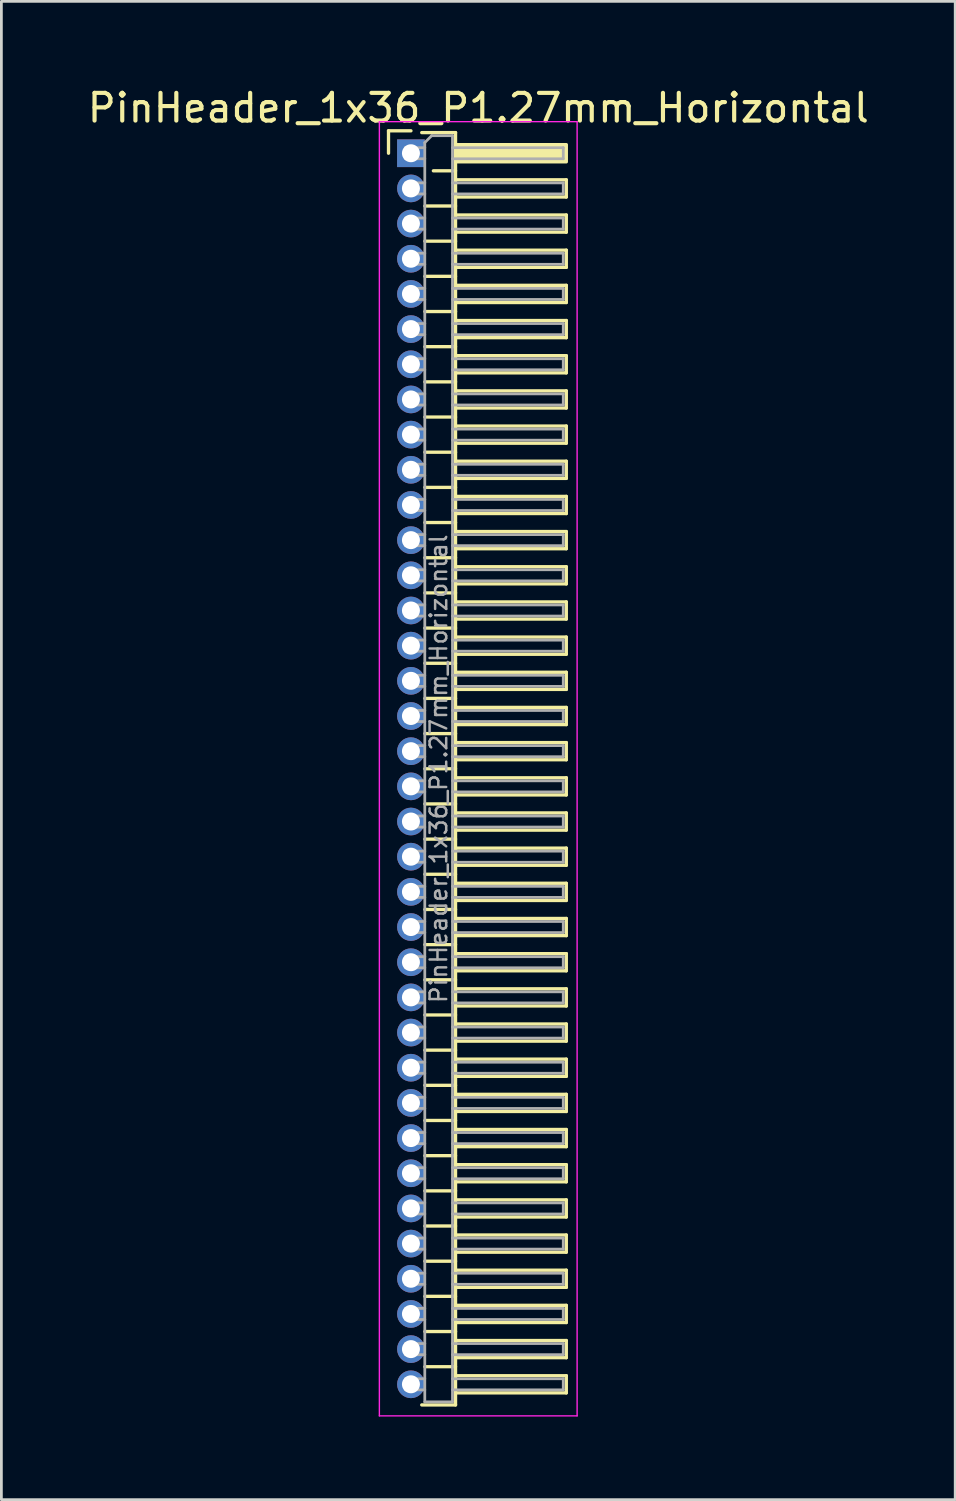
<source format=kicad_pcb>
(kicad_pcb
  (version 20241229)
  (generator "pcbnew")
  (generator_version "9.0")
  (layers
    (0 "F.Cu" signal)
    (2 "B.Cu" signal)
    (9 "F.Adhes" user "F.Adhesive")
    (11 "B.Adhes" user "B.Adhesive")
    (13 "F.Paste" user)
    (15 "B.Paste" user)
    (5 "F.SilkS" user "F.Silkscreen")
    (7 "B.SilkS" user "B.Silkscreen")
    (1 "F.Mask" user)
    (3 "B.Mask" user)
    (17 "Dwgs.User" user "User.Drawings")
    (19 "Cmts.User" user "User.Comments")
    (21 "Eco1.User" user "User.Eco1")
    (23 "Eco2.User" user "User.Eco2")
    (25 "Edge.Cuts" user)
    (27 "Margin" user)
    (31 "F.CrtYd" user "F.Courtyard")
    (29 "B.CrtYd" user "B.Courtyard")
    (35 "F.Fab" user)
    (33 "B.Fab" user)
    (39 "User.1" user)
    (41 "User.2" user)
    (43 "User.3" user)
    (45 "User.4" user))
  (footprint "PinHeader_1x36_P1.27mm_Horizontal"
    (layer "F.Cu")
    (at 11.788 2.483)
    (property "Reference" "PinHeader_1x36_P1.27mm_Horizontal" (at 2.433 -1.635 0) (layer "F.SilkS") (effects (font (size 1 1) (thickness 0.15))))
    (attr through_hole)
    (fp_line (start -0.81 -0.81) (end 0 -0.81) (stroke (width 0.12) (type solid)) (layer "F.SilkS"))
    (fp_line (start -0.81 0) (end -0.81 -0.81) (stroke (width 0.12) (type solid)) (layer "F.SilkS"))
    (fp_line (start 0.39 -0.745) (end 1.61 -0.745) (stroke (width 0.12) (type solid)) (layer "F.SilkS"))
    (fp_line (start 0.503 1.905) (end 1.61 1.905) (stroke (width 0.12) (type solid)) (layer "F.SilkS"))
    (fp_line (start 0.503 3.175) (end 1.61 3.175) (stroke (width 0.12) (type solid)) (layer "F.SilkS"))
    (fp_line (start 0.503 4.445) (end 1.61 4.445) (stroke (width 0.12) (type solid)) (layer "F.SilkS"))
    (fp_line (start 0.503 5.715) (end 1.61 5.715) (stroke (width 0.12) (type solid)) (layer "F.SilkS"))
    (fp_line (start 0.503 6.985) (end 1.61 6.985) (stroke (width 0.12) (type solid)) (layer "F.SilkS"))
    (fp_line (start 0.503 8.255) (end 1.61 8.255) (stroke (width 0.12) (type solid)) (layer "F.SilkS"))
    (fp_line (start 0.503 9.525) (end 1.61 9.525) (stroke (width 0.12) (type solid)) (layer "F.SilkS"))
    (fp_line (start 0.503 10.795) (end 1.61 10.795) (stroke (width 0.12) (type solid)) (layer "F.SilkS"))
    (fp_line (start 0.503 12.065) (end 1.61 12.065) (stroke (width 0.12) (type solid)) (layer "F.SilkS"))
    (fp_line (start 0.503 13.335) (end 1.61 13.335) (stroke (width 0.12) (type solid)) (layer "F.SilkS"))
    (fp_line (start 0.503 14.605) (end 1.61 14.605) (stroke (width 0.12) (type solid)) (layer "F.SilkS"))
    (fp_line (start 0.503 15.875) (end 1.61 15.875) (stroke (width 0.12) (type solid)) (layer "F.SilkS"))
    (fp_line (start 0.503 17.145) (end 1.61 17.145) (stroke (width 0.12) (type solid)) (layer "F.SilkS"))
    (fp_line (start 0.503 18.415) (end 1.61 18.415) (stroke (width 0.12) (type solid)) (layer "F.SilkS"))
    (fp_line (start 0.503 19.685) (end 1.61 19.685) (stroke (width 0.12) (type solid)) (layer "F.SilkS"))
    (fp_line (start 0.503 20.955) (end 1.61 20.955) (stroke (width 0.12) (type solid)) (layer "F.SilkS"))
    (fp_line (start 0.503 22.225) (end 1.61 22.225) (stroke (width 0.12) (type solid)) (layer "F.SilkS"))
    (fp_line (start 0.503 23.495) (end 1.61 23.495) (stroke (width 0.12) (type solid)) (layer "F.SilkS"))
    (fp_line (start 0.503 24.765) (end 1.61 24.765) (stroke (width 0.12) (type solid)) (layer "F.SilkS"))
    (fp_line (start 0.503 26.035) (end 1.61 26.035) (stroke (width 0.12) (type solid)) (layer "F.SilkS"))
    (fp_line (start 0.503 27.305) (end 1.61 27.305) (stroke (width 0.12) (type solid)) (layer "F.SilkS"))
    (fp_line (start 0.503 28.575) (end 1.61 28.575) (stroke (width 0.12) (type solid)) (layer "F.SilkS"))
    (fp_line (start 0.503 29.845) (end 1.61 29.845) (stroke (width 0.12) (type solid)) (layer "F.SilkS"))
    (fp_line (start 0.503 31.115) (end 1.61 31.115) (stroke (width 0.12) (type solid)) (layer "F.SilkS"))
    (fp_line (start 0.503 32.385) (end 1.61 32.385) (stroke (width 0.12) (type solid)) (layer "F.SilkS"))
    (fp_line (start 0.503 33.655) (end 1.61 33.655) (stroke (width 0.12) (type solid)) (layer "F.SilkS"))
    (fp_line (start 0.503 34.925) (end 1.61 34.925) (stroke (width 0.12) (type solid)) (layer "F.SilkS"))
    (fp_line (start 0.503 36.195) (end 1.61 36.195) (stroke (width 0.12) (type solid)) (layer "F.SilkS"))
    (fp_line (start 0.503 37.465) (end 1.61 37.465) (stroke (width 0.12) (type solid)) (layer "F.SilkS"))
    (fp_line (start 0.503 38.735) (end 1.61 38.735) (stroke (width 0.12) (type solid)) (layer "F.SilkS"))
    (fp_line (start 0.503 40.005) (end 1.61 40.005) (stroke (width 0.12) (type solid)) (layer "F.SilkS"))
    (fp_line (start 0.503 41.275) (end 1.61 41.275) (stroke (width 0.12) (type solid)) (layer "F.SilkS"))
    (fp_line (start 0.503 42.545) (end 1.61 42.545) (stroke (width 0.12) (type solid)) (layer "F.SilkS"))
    (fp_line (start 0.503 43.815) (end 1.61 43.815) (stroke (width 0.12) (type solid)) (layer "F.SilkS"))
    (fp_line (start 0.81 0.635) (end 1.61 0.635) (stroke (width 0.12) (type solid)) (layer "F.SilkS"))
    (fp_line (start 1.61 -0.745) (end 1.61 45.195) (stroke (width 0.12) (type solid)) (layer "F.SilkS"))
    (fp_line (start 1.61 0.96) (end 5.61 0.96) (stroke (width 0.12) (type solid)) (layer "F.SilkS"))
    (fp_line (start 1.61 2.23) (end 5.61 2.23) (stroke (width 0.12) (type solid)) (layer "F.SilkS"))
    (fp_line (start 1.61 3.5) (end 5.61 3.5) (stroke (width 0.12) (type solid)) (layer "F.SilkS"))
    (fp_line (start 1.61 4.77) (end 5.61 4.77) (stroke (width 0.12) (type solid)) (layer "F.SilkS"))
    (fp_line (start 1.61 6.04) (end 5.61 6.04) (stroke (width 0.12) (type solid)) (layer "F.SilkS"))
    (fp_line (start 1.61 7.31) (end 5.61 7.31) (stroke (width 0.12) (type solid)) (layer "F.SilkS"))
    (fp_line (start 1.61 8.58) (end 5.61 8.58) (stroke (width 0.12) (type solid)) (layer "F.SilkS"))
    (fp_line (start 1.61 9.85) (end 5.61 9.85) (stroke (width 0.12) (type solid)) (layer "F.SilkS"))
    (fp_line (start 1.61 11.12) (end 5.61 11.12) (stroke (width 0.12) (type solid)) (layer "F.SilkS"))
    (fp_line (start 1.61 12.39) (end 5.61 12.39) (stroke (width 0.12) (type solid)) (layer "F.SilkS"))
    (fp_line (start 1.61 13.66) (end 5.61 13.66) (stroke (width 0.12) (type solid)) (layer "F.SilkS"))
    (fp_line (start 1.61 14.93) (end 5.61 14.93) (stroke (width 0.12) (type solid)) (layer "F.SilkS"))
    (fp_line (start 1.61 16.2) (end 5.61 16.2) (stroke (width 0.12) (type solid)) (layer "F.SilkS"))
    (fp_line (start 1.61 17.47) (end 5.61 17.47) (stroke (width 0.12) (type solid)) (layer "F.SilkS"))
    (fp_line (start 1.61 18.74) (end 5.61 18.74) (stroke (width 0.12) (type solid)) (layer "F.SilkS"))
    (fp_line (start 1.61 20.01) (end 5.61 20.01) (stroke (width 0.12) (type solid)) (layer "F.SilkS"))
    (fp_line (start 1.61 21.28) (end 5.61 21.28) (stroke (width 0.12) (type solid)) (layer "F.SilkS"))
    (fp_line (start 1.61 22.55) (end 5.61 22.55) (stroke (width 0.12) (type solid)) (layer "F.SilkS"))
    (fp_line (start 1.61 23.82) (end 5.61 23.82) (stroke (width 0.12) (type solid)) (layer "F.SilkS"))
    (fp_line (start 1.61 25.09) (end 5.61 25.09) (stroke (width 0.12) (type solid)) (layer "F.SilkS"))
    (fp_line (start 1.61 26.36) (end 5.61 26.36) (stroke (width 0.12) (type solid)) (layer "F.SilkS"))
    (fp_line (start 1.61 27.63) (end 5.61 27.63) (stroke (width 0.12) (type solid)) (layer "F.SilkS"))
    (fp_line (start 1.61 28.9) (end 5.61 28.9) (stroke (width 0.12) (type solid)) (layer "F.SilkS"))
    (fp_line (start 1.61 30.17) (end 5.61 30.17) (stroke (width 0.12) (type solid)) (layer "F.SilkS"))
    (fp_line (start 1.61 31.44) (end 5.61 31.44) (stroke (width 0.12) (type solid)) (layer "F.SilkS"))
    (fp_line (start 1.61 32.71) (end 5.61 32.71) (stroke (width 0.12) (type solid)) (layer "F.SilkS"))
    (fp_line (start 1.61 33.98) (end 5.61 33.98) (stroke (width 0.12) (type solid)) (layer "F.SilkS"))
    (fp_line (start 1.61 35.25) (end 5.61 35.25) (stroke (width 0.12) (type solid)) (layer "F.SilkS"))
    (fp_line (start 1.61 36.52) (end 5.61 36.52) (stroke (width 0.12) (type solid)) (layer "F.SilkS"))
    (fp_line (start 1.61 37.79) (end 5.61 37.79) (stroke (width 0.12) (type solid)) (layer "F.SilkS"))
    (fp_line (start 1.61 39.06) (end 5.61 39.06) (stroke (width 0.12) (type solid)) (layer "F.SilkS"))
    (fp_line (start 1.61 40.33) (end 5.61 40.33) (stroke (width 0.12) (type solid)) (layer "F.SilkS"))
    (fp_line (start 1.61 41.6) (end 5.61 41.6) (stroke (width 0.12) (type solid)) (layer "F.SilkS"))
    (fp_line (start 1.61 42.87) (end 5.61 42.87) (stroke (width 0.12) (type solid)) (layer "F.SilkS"))
    (fp_line (start 1.61 44.14) (end 5.61 44.14) (stroke (width 0.12) (type solid)) (layer "F.SilkS"))
    (fp_line (start 1.61 45.195) (end 0.39 45.195) (stroke (width 0.12) (type solid)) (layer "F.SilkS"))
    (fp_line (start 5.61 0.96) (end 5.61 1.58) (stroke (width 0.12) (type solid)) (layer "F.SilkS"))
    (fp_line (start 5.61 1.58) (end 1.61 1.58) (stroke (width 0.12) (type solid)) (layer "F.SilkS"))
    (fp_line (start 5.61 2.23) (end 5.61 2.85) (stroke (width 0.12) (type solid)) (layer "F.SilkS"))
    (fp_line (start 5.61 2.85) (end 1.61 2.85) (stroke (width 0.12) (type solid)) (layer "F.SilkS"))
    (fp_line (start 5.61 3.5) (end 5.61 4.12) (stroke (width 0.12) (type solid)) (layer "F.SilkS"))
    (fp_line (start 5.61 4.12) (end 1.61 4.12) (stroke (width 0.12) (type solid)) (layer "F.SilkS"))
    (fp_line (start 5.61 4.77) (end 5.61 5.39) (stroke (width 0.12) (type solid)) (layer "F.SilkS"))
    (fp_line (start 5.61 5.39) (end 1.61 5.39) (stroke (width 0.12) (type solid)) (layer "F.SilkS"))
    (fp_line (start 5.61 6.04) (end 5.61 6.66) (stroke (width 0.12) (type solid)) (layer "F.SilkS"))
    (fp_line (start 5.61 6.66) (end 1.61 6.66) (stroke (width 0.12) (type solid)) (layer "F.SilkS"))
    (fp_line (start 5.61 7.31) (end 5.61 7.93) (stroke (width 0.12) (type solid)) (layer "F.SilkS"))
    (fp_line (start 5.61 7.93) (end 1.61 7.93) (stroke (width 0.12) (type solid)) (layer "F.SilkS"))
    (fp_line (start 5.61 8.58) (end 5.61 9.2) (stroke (width 0.12) (type solid)) (layer "F.SilkS"))
    (fp_line (start 5.61 9.2) (end 1.61 9.2) (stroke (width 0.12) (type solid)) (layer "F.SilkS"))
    (fp_line (start 5.61 9.85) (end 5.61 10.47) (stroke (width 0.12) (type solid)) (layer "F.SilkS"))
    (fp_line (start 5.61 10.47) (end 1.61 10.47) (stroke (width 0.12) (type solid)) (layer "F.SilkS"))
    (fp_line (start 5.61 11.12) (end 5.61 11.74) (stroke (width 0.12) (type solid)) (layer "F.SilkS"))
    (fp_line (start 5.61 11.74) (end 1.61 11.74) (stroke (width 0.12) (type solid)) (layer "F.SilkS"))
    (fp_line (start 5.61 12.39) (end 5.61 13.01) (stroke (width 0.12) (type solid)) (layer "F.SilkS"))
    (fp_line (start 5.61 13.01) (end 1.61 13.01) (stroke (width 0.12) (type solid)) (layer "F.SilkS"))
    (fp_line (start 5.61 13.66) (end 5.61 14.28) (stroke (width 0.12) (type solid)) (layer "F.SilkS"))
    (fp_line (start 5.61 14.28) (end 1.61 14.28) (stroke (width 0.12) (type solid)) (layer "F.SilkS"))
    (fp_line (start 5.61 14.93) (end 5.61 15.55) (stroke (width 0.12) (type solid)) (layer "F.SilkS"))
    (fp_line (start 5.61 15.55) (end 1.61 15.55) (stroke (width 0.12) (type solid)) (layer "F.SilkS"))
    (fp_line (start 5.61 16.2) (end 5.61 16.82) (stroke (width 0.12) (type solid)) (layer "F.SilkS"))
    (fp_line (start 5.61 16.82) (end 1.61 16.82) (stroke (width 0.12) (type solid)) (layer "F.SilkS"))
    (fp_line (start 5.61 17.47) (end 5.61 18.09) (stroke (width 0.12) (type solid)) (layer "F.SilkS"))
    (fp_line (start 5.61 18.09) (end 1.61 18.09) (stroke (width 0.12) (type solid)) (layer "F.SilkS"))
    (fp_line (start 5.61 18.74) (end 5.61 19.36) (stroke (width 0.12) (type solid)) (layer "F.SilkS"))
    (fp_line (start 5.61 19.36) (end 1.61 19.36) (stroke (width 0.12) (type solid)) (layer "F.SilkS"))
    (fp_line (start 5.61 20.01) (end 5.61 20.63) (stroke (width 0.12) (type solid)) (layer "F.SilkS"))
    (fp_line (start 5.61 20.63) (end 1.61 20.63) (stroke (width 0.12) (type solid)) (layer "F.SilkS"))
    (fp_line (start 5.61 21.28) (end 5.61 21.9) (stroke (width 0.12) (type solid)) (layer "F.SilkS"))
    (fp_line (start 5.61 21.9) (end 1.61 21.9) (stroke (width 0.12) (type solid)) (layer "F.SilkS"))
    (fp_line (start 5.61 22.55) (end 5.61 23.17) (stroke (width 0.12) (type solid)) (layer "F.SilkS"))
    (fp_line (start 5.61 23.17) (end 1.61 23.17) (stroke (width 0.12) (type solid)) (layer "F.SilkS"))
    (fp_line (start 5.61 23.82) (end 5.61 24.44) (stroke (width 0.12) (type solid)) (layer "F.SilkS"))
    (fp_line (start 5.61 24.44) (end 1.61 24.44) (stroke (width 0.12) (type solid)) (layer "F.SilkS"))
    (fp_line (start 5.61 25.09) (end 5.61 25.71) (stroke (width 0.12) (type solid)) (layer "F.SilkS"))
    (fp_line (start 5.61 25.71) (end 1.61 25.71) (stroke (width 0.12) (type solid)) (layer "F.SilkS"))
    (fp_line (start 5.61 26.36) (end 5.61 26.98) (stroke (width 0.12) (type solid)) (layer "F.SilkS"))
    (fp_line (start 5.61 26.98) (end 1.61 26.98) (stroke (width 0.12) (type solid)) (layer "F.SilkS"))
    (fp_line (start 5.61 27.63) (end 5.61 28.25) (stroke (width 0.12) (type solid)) (layer "F.SilkS"))
    (fp_line (start 5.61 28.25) (end 1.61 28.25) (stroke (width 0.12) (type solid)) (layer "F.SilkS"))
    (fp_line (start 5.61 28.9) (end 5.61 29.52) (stroke (width 0.12) (type solid)) (layer "F.SilkS"))
    (fp_line (start 5.61 29.52) (end 1.61 29.52) (stroke (width 0.12) (type solid)) (layer "F.SilkS"))
    (fp_line (start 5.61 30.17) (end 5.61 30.79) (stroke (width 0.12) (type solid)) (layer "F.SilkS"))
    (fp_line (start 5.61 30.79) (end 1.61 30.79) (stroke (width 0.12) (type solid)) (layer "F.SilkS"))
    (fp_line (start 5.61 31.44) (end 5.61 32.06) (stroke (width 0.12) (type solid)) (layer "F.SilkS"))
    (fp_line (start 5.61 32.06) (end 1.61 32.06) (stroke (width 0.12) (type solid)) (layer "F.SilkS"))
    (fp_line (start 5.61 32.71) (end 5.61 33.33) (stroke (width 0.12) (type solid)) (layer "F.SilkS"))
    (fp_line (start 5.61 33.33) (end 1.61 33.33) (stroke (width 0.12) (type solid)) (layer "F.SilkS"))
    (fp_line (start 5.61 33.98) (end 5.61 34.6) (stroke (width 0.12) (type solid)) (layer "F.SilkS"))
    (fp_line (start 5.61 34.6) (end 1.61 34.6) (stroke (width 0.12) (type solid)) (layer "F.SilkS"))
    (fp_line (start 5.61 35.25) (end 5.61 35.87) (stroke (width 0.12) (type solid)) (layer "F.SilkS"))
    (fp_line (start 5.61 35.87) (end 1.61 35.87) (stroke (width 0.12) (type solid)) (layer "F.SilkS"))
    (fp_line (start 5.61 36.52) (end 5.61 37.14) (stroke (width 0.12) (type solid)) (layer "F.SilkS"))
    (fp_line (start 5.61 37.14) (end 1.61 37.14) (stroke (width 0.12) (type solid)) (layer "F.SilkS"))
    (fp_line (start 5.61 37.79) (end 5.61 38.41) (stroke (width 0.12) (type solid)) (layer "F.SilkS"))
    (fp_line (start 5.61 38.41) (end 1.61 38.41) (stroke (width 0.12) (type solid)) (layer "F.SilkS"))
    (fp_line (start 5.61 39.06) (end 5.61 39.68) (stroke (width 0.12) (type solid)) (layer "F.SilkS"))
    (fp_line (start 5.61 39.68) (end 1.61 39.68) (stroke (width 0.12) (type solid)) (layer "F.SilkS"))
    (fp_line (start 5.61 40.33) (end 5.61 40.95) (stroke (width 0.12) (type solid)) (layer "F.SilkS"))
    (fp_line (start 5.61 40.95) (end 1.61 40.95) (stroke (width 0.12) (type solid)) (layer "F.SilkS"))
    (fp_line (start 5.61 41.6) (end 5.61 42.22) (stroke (width 0.12) (type solid)) (layer "F.SilkS"))
    (fp_line (start 5.61 42.22) (end 1.61 42.22) (stroke (width 0.12) (type solid)) (layer "F.SilkS"))
    (fp_line (start 5.61 42.87) (end 5.61 43.49) (stroke (width 0.12) (type solid)) (layer "F.SilkS"))
    (fp_line (start 5.61 43.49) (end 1.61 43.49) (stroke (width 0.12) (type solid)) (layer "F.SilkS"))
    (fp_line (start 5.61 44.14) (end 5.61 44.76) (stroke (width 0.12) (type solid)) (layer "F.SilkS"))
    (fp_line (start 5.61 44.76) (end 1.61 44.76) (stroke (width 0.12) (type solid)) (layer "F.SilkS"))
    (fp_rect (start 1.61 -0.31) (end 5.61 0.31) (stroke (width 0.12) (type solid)) (fill yes) (layer "F.SilkS"))
    (fp_line (start -1.14 -1.14) (end -1.14 45.59) (stroke (width 0.05) (type solid)) (layer "F.CrtYd"))
    (fp_line (start -1.14 45.59) (end 6 45.59) (stroke (width 0.05) (type solid)) (layer "F.CrtYd"))
    (fp_line (start 6 -1.14) (end -1.14 -1.14) (stroke (width 0.05) (type solid)) (layer "F.CrtYd"))
    (fp_line (start 6 45.59) (end 6 -1.14) (stroke (width 0.05) (type solid)) (layer "F.CrtYd"))
    (fp_line (start -0.2 -0.2) (end -0.2 0.2) (stroke (width 0.1) (type solid)) (layer "F.Fab"))
    (fp_line (start -0.2 -0.2) (end 0.5 -0.2) (stroke (width 0.1) (type solid)) (layer "F.Fab"))
    (fp_line (start -0.2 0.2) (end 0.5 0.2) (stroke (width 0.1) (type solid)) (layer "F.Fab"))
    (fp_line (start -0.2 1.07) (end -0.2 1.47) (stroke (width 0.1) (type solid)) (layer "F.Fab"))
    (fp_line (start -0.2 1.07) (end 0.5 1.07) (stroke (width 0.1) (type solid)) (layer "F.Fab"))
    (fp_line (start -0.2 1.47) (end 0.5 1.47) (stroke (width 0.1) (type solid)) (layer "F.Fab"))
    (fp_line (start -0.2 2.34) (end -0.2 2.74) (stroke (width 0.1) (type solid)) (layer "F.Fab"))
    (fp_line (start -0.2 2.34) (end 0.5 2.34) (stroke (width 0.1) (type solid)) (layer "F.Fab"))
    (fp_line (start -0.2 2.74) (end 0.5 2.74) (stroke (width 0.1) (type solid)) (layer "F.Fab"))
    (fp_line (start -0.2 3.61) (end -0.2 4.01) (stroke (width 0.1) (type solid)) (layer "F.Fab"))
    (fp_line (start -0.2 3.61) (end 0.5 3.61) (stroke (width 0.1) (type solid)) (layer "F.Fab"))
    (fp_line (start -0.2 4.01) (end 0.5 4.01) (stroke (width 0.1) (type solid)) (layer "F.Fab"))
    (fp_line (start -0.2 4.88) (end -0.2 5.28) (stroke (width 0.1) (type solid)) (layer "F.Fab"))
    (fp_line (start -0.2 4.88) (end 0.5 4.88) (stroke (width 0.1) (type solid)) (layer "F.Fab"))
    (fp_line (start -0.2 5.28) (end 0.5 5.28) (stroke (width 0.1) (type solid)) (layer "F.Fab"))
    (fp_line (start -0.2 6.15) (end -0.2 6.55) (stroke (width 0.1) (type solid)) (layer "F.Fab"))
    (fp_line (start -0.2 6.15) (end 0.5 6.15) (stroke (width 0.1) (type solid)) (layer "F.Fab"))
    (fp_line (start -0.2 6.55) (end 0.5 6.55) (stroke (width 0.1) (type solid)) (layer "F.Fab"))
    (fp_line (start -0.2 7.42) (end -0.2 7.82) (stroke (width 0.1) (type solid)) (layer "F.Fab"))
    (fp_line (start -0.2 7.42) (end 0.5 7.42) (stroke (width 0.1) (type solid)) (layer "F.Fab"))
    (fp_line (start -0.2 7.82) (end 0.5 7.82) (stroke (width 0.1) (type solid)) (layer "F.Fab"))
    (fp_line (start -0.2 8.69) (end -0.2 9.09) (stroke (width 0.1) (type solid)) (layer "F.Fab"))
    (fp_line (start -0.2 8.69) (end 0.5 8.69) (stroke (width 0.1) (type solid)) (layer "F.Fab"))
    (fp_line (start -0.2 9.09) (end 0.5 9.09) (stroke (width 0.1) (type solid)) (layer "F.Fab"))
    (fp_line (start -0.2 9.96) (end -0.2 10.36) (stroke (width 0.1) (type solid)) (layer "F.Fab"))
    (fp_line (start -0.2 9.96) (end 0.5 9.96) (stroke (width 0.1) (type solid)) (layer "F.Fab"))
    (fp_line (start -0.2 10.36) (end 0.5 10.36) (stroke (width 0.1) (type solid)) (layer "F.Fab"))
    (fp_line (start -0.2 11.23) (end -0.2 11.63) (stroke (width 0.1) (type solid)) (layer "F.Fab"))
    (fp_line (start -0.2 11.23) (end 0.5 11.23) (stroke (width 0.1) (type solid)) (layer "F.Fab"))
    (fp_line (start -0.2 11.63) (end 0.5 11.63) (stroke (width 0.1) (type solid)) (layer "F.Fab"))
    (fp_line (start -0.2 12.5) (end -0.2 12.9) (stroke (width 0.1) (type solid)) (layer "F.Fab"))
    (fp_line (start -0.2 12.5) (end 0.5 12.5) (stroke (width 0.1) (type solid)) (layer "F.Fab"))
    (fp_line (start -0.2 12.9) (end 0.5 12.9) (stroke (width 0.1) (type solid)) (layer "F.Fab"))
    (fp_line (start -0.2 13.77) (end -0.2 14.17) (stroke (width 0.1) (type solid)) (layer "F.Fab"))
    (fp_line (start -0.2 13.77) (end 0.5 13.77) (stroke (width 0.1) (type solid)) (layer "F.Fab"))
    (fp_line (start -0.2 14.17) (end 0.5 14.17) (stroke (width 0.1) (type solid)) (layer "F.Fab"))
    (fp_line (start -0.2 15.04) (end -0.2 15.44) (stroke (width 0.1) (type solid)) (layer "F.Fab"))
    (fp_line (start -0.2 15.04) (end 0.5 15.04) (stroke (width 0.1) (type solid)) (layer "F.Fab"))
    (fp_line (start -0.2 15.44) (end 0.5 15.44) (stroke (width 0.1) (type solid)) (layer "F.Fab"))
    (fp_line (start -0.2 16.31) (end -0.2 16.71) (stroke (width 0.1) (type solid)) (layer "F.Fab"))
    (fp_line (start -0.2 16.31) (end 0.5 16.31) (stroke (width 0.1) (type solid)) (layer "F.Fab"))
    (fp_line (start -0.2 16.71) (end 0.5 16.71) (stroke (width 0.1) (type solid)) (layer "F.Fab"))
    (fp_line (start -0.2 17.58) (end -0.2 17.98) (stroke (width 0.1) (type solid)) (layer "F.Fab"))
    (fp_line (start -0.2 17.58) (end 0.5 17.58) (stroke (width 0.1) (type solid)) (layer "F.Fab"))
    (fp_line (start -0.2 17.98) (end 0.5 17.98) (stroke (width 0.1) (type solid)) (layer "F.Fab"))
    (fp_line (start -0.2 18.85) (end -0.2 19.25) (stroke (width 0.1) (type solid)) (layer "F.Fab"))
    (fp_line (start -0.2 18.85) (end 0.5 18.85) (stroke (width 0.1) (type solid)) (layer "F.Fab"))
    (fp_line (start -0.2 19.25) (end 0.5 19.25) (stroke (width 0.1) (type solid)) (layer "F.Fab"))
    (fp_line (start -0.2 20.12) (end -0.2 20.52) (stroke (width 0.1) (type solid)) (layer "F.Fab"))
    (fp_line (start -0.2 20.12) (end 0.5 20.12) (stroke (width 0.1) (type solid)) (layer "F.Fab"))
    (fp_line (start -0.2 20.52) (end 0.5 20.52) (stroke (width 0.1) (type solid)) (layer "F.Fab"))
    (fp_line (start -0.2 21.39) (end -0.2 21.79) (stroke (width 0.1) (type solid)) (layer "F.Fab"))
    (fp_line (start -0.2 21.39) (end 0.5 21.39) (stroke (width 0.1) (type solid)) (layer "F.Fab"))
    (fp_line (start -0.2 21.79) (end 0.5 21.79) (stroke (width 0.1) (type solid)) (layer "F.Fab"))
    (fp_line (start -0.2 22.66) (end -0.2 23.06) (stroke (width 0.1) (type solid)) (layer "F.Fab"))
    (fp_line (start -0.2 22.66) (end 0.5 22.66) (stroke (width 0.1) (type solid)) (layer "F.Fab"))
    (fp_line (start -0.2 23.06) (end 0.5 23.06) (stroke (width 0.1) (type solid)) (layer "F.Fab"))
    (fp_line (start -0.2 23.93) (end -0.2 24.33) (stroke (width 0.1) (type solid)) (layer "F.Fab"))
    (fp_line (start -0.2 23.93) (end 0.5 23.93) (stroke (width 0.1) (type solid)) (layer "F.Fab"))
    (fp_line (start -0.2 24.33) (end 0.5 24.33) (stroke (width 0.1) (type solid)) (layer "F.Fab"))
    (fp_line (start -0.2 25.2) (end -0.2 25.6) (stroke (width 0.1) (type solid)) (layer "F.Fab"))
    (fp_line (start -0.2 25.2) (end 0.5 25.2) (stroke (width 0.1) (type solid)) (layer "F.Fab"))
    (fp_line (start -0.2 25.6) (end 0.5 25.6) (stroke (width 0.1) (type solid)) (layer "F.Fab"))
    (fp_line (start -0.2 26.47) (end -0.2 26.87) (stroke (width 0.1) (type solid)) (layer "F.Fab"))
    (fp_line (start -0.2 26.47) (end 0.5 26.47) (stroke (width 0.1) (type solid)) (layer "F.Fab"))
    (fp_line (start -0.2 26.87) (end 0.5 26.87) (stroke (width 0.1) (type solid)) (layer "F.Fab"))
    (fp_line (start -0.2 27.74) (end -0.2 28.14) (stroke (width 0.1) (type solid)) (layer "F.Fab"))
    (fp_line (start -0.2 27.74) (end 0.5 27.74) (stroke (width 0.1) (type solid)) (layer "F.Fab"))
    (fp_line (start -0.2 28.14) (end 0.5 28.14) (stroke (width 0.1) (type solid)) (layer "F.Fab"))
    (fp_line (start -0.2 29.01) (end -0.2 29.41) (stroke (width 0.1) (type solid)) (layer "F.Fab"))
    (fp_line (start -0.2 29.01) (end 0.5 29.01) (stroke (width 0.1) (type solid)) (layer "F.Fab"))
    (fp_line (start -0.2 29.41) (end 0.5 29.41) (stroke (width 0.1) (type solid)) (layer "F.Fab"))
    (fp_line (start -0.2 30.28) (end -0.2 30.68) (stroke (width 0.1) (type solid)) (layer "F.Fab"))
    (fp_line (start -0.2 30.28) (end 0.5 30.28) (stroke (width 0.1) (type solid)) (layer "F.Fab"))
    (fp_line (start -0.2 30.68) (end 0.5 30.68) (stroke (width 0.1) (type solid)) (layer "F.Fab"))
    (fp_line (start -0.2 31.55) (end -0.2 31.95) (stroke (width 0.1) (type solid)) (layer "F.Fab"))
    (fp_line (start -0.2 31.55) (end 0.5 31.55) (stroke (width 0.1) (type solid)) (layer "F.Fab"))
    (fp_line (start -0.2 31.95) (end 0.5 31.95) (stroke (width 0.1) (type solid)) (layer "F.Fab"))
    (fp_line (start -0.2 32.82) (end -0.2 33.22) (stroke (width 0.1) (type solid)) (layer "F.Fab"))
    (fp_line (start -0.2 32.82) (end 0.5 32.82) (stroke (width 0.1) (type solid)) (layer "F.Fab"))
    (fp_line (start -0.2 33.22) (end 0.5 33.22) (stroke (width 0.1) (type solid)) (layer "F.Fab"))
    (fp_line (start -0.2 34.09) (end -0.2 34.49) (stroke (width 0.1) (type solid)) (layer "F.Fab"))
    (fp_line (start -0.2 34.09) (end 0.5 34.09) (stroke (width 0.1) (type solid)) (layer "F.Fab"))
    (fp_line (start -0.2 34.49) (end 0.5 34.49) (stroke (width 0.1) (type solid)) (layer "F.Fab"))
    (fp_line (start -0.2 35.36) (end -0.2 35.76) (stroke (width 0.1) (type solid)) (layer "F.Fab"))
    (fp_line (start -0.2 35.36) (end 0.5 35.36) (stroke (width 0.1) (type solid)) (layer "F.Fab"))
    (fp_line (start -0.2 35.76) (end 0.5 35.76) (stroke (width 0.1) (type solid)) (layer "F.Fab"))
    (fp_line (start -0.2 36.63) (end -0.2 37.03) (stroke (width 0.1) (type solid)) (layer "F.Fab"))
    (fp_line (start -0.2 36.63) (end 0.5 36.63) (stroke (width 0.1) (type solid)) (layer "F.Fab"))
    (fp_line (start -0.2 37.03) (end 0.5 37.03) (stroke (width 0.1) (type solid)) (layer "F.Fab"))
    (fp_line (start -0.2 37.9) (end -0.2 38.3) (stroke (width 0.1) (type solid)) (layer "F.Fab"))
    (fp_line (start -0.2 37.9) (end 0.5 37.9) (stroke (width 0.1) (type solid)) (layer "F.Fab"))
    (fp_line (start -0.2 38.3) (end 0.5 38.3) (stroke (width 0.1) (type solid)) (layer "F.Fab"))
    (fp_line (start -0.2 39.17) (end -0.2 39.57) (stroke (width 0.1) (type solid)) (layer "F.Fab"))
    (fp_line (start -0.2 39.17) (end 0.5 39.17) (stroke (width 0.1) (type solid)) (layer "F.Fab"))
    (fp_line (start -0.2 39.57) (end 0.5 39.57) (stroke (width 0.1) (type solid)) (layer "F.Fab"))
    (fp_line (start -0.2 40.44) (end -0.2 40.84) (stroke (width 0.1) (type solid)) (layer "F.Fab"))
    (fp_line (start -0.2 40.44) (end 0.5 40.44) (stroke (width 0.1) (type solid)) (layer "F.Fab"))
    (fp_line (start -0.2 40.84) (end 0.5 40.84) (stroke (width 0.1) (type solid)) (layer "F.Fab"))
    (fp_line (start -0.2 41.71) (end -0.2 42.11) (stroke (width 0.1) (type solid)) (layer "F.Fab"))
    (fp_line (start -0.2 41.71) (end 0.5 41.71) (stroke (width 0.1) (type solid)) (layer "F.Fab"))
    (fp_line (start -0.2 42.11) (end 0.5 42.11) (stroke (width 0.1) (type solid)) (layer "F.Fab"))
    (fp_line (start -0.2 42.98) (end -0.2 43.38) (stroke (width 0.1) (type solid)) (layer "F.Fab"))
    (fp_line (start -0.2 42.98) (end 0.5 42.98) (stroke (width 0.1) (type solid)) (layer "F.Fab"))
    (fp_line (start -0.2 43.38) (end 0.5 43.38) (stroke (width 0.1) (type solid)) (layer "F.Fab"))
    (fp_line (start -0.2 44.25) (end -0.2 44.65) (stroke (width 0.1) (type solid)) (layer "F.Fab"))
    (fp_line (start -0.2 44.25) (end 0.5 44.25) (stroke (width 0.1) (type solid)) (layer "F.Fab"))
    (fp_line (start -0.2 44.65) (end 0.5 44.65) (stroke (width 0.1) (type solid)) (layer "F.Fab"))
    (fp_line (start 0.5 -0.385) (end 0.75 -0.635) (stroke (width 0.1) (type solid)) (layer "F.Fab"))
    (fp_line (start 0.5 45.085) (end 0.5 -0.385) (stroke (width 0.1) (type solid)) (layer "F.Fab"))
    (fp_line (start 0.75 -0.635) (end 1.5 -0.635) (stroke (width 0.1) (type solid)) (layer "F.Fab"))
    (fp_line (start 1.5 -0.635) (end 1.5 45.085) (stroke (width 0.1) (type solid)) (layer "F.Fab"))
    (fp_line (start 1.5 -0.2) (end 5.5 -0.2) (stroke (width 0.1) (type solid)) (layer "F.Fab"))
    (fp_line (start 1.5 0.2) (end 5.5 0.2) (stroke (width 0.1) (type solid)) (layer "F.Fab"))
    (fp_line (start 1.5 1.07) (end 5.5 1.07) (stroke (width 0.1) (type solid)) (layer "F.Fab"))
    (fp_line (start 1.5 1.47) (end 5.5 1.47) (stroke (width 0.1) (type solid)) (layer "F.Fab"))
    (fp_line (start 1.5 2.34) (end 5.5 2.34) (stroke (width 0.1) (type solid)) (layer "F.Fab"))
    (fp_line (start 1.5 2.74) (end 5.5 2.74) (stroke (width 0.1) (type solid)) (layer "F.Fab"))
    (fp_line (start 1.5 3.61) (end 5.5 3.61) (stroke (width 0.1) (type solid)) (layer "F.Fab"))
    (fp_line (start 1.5 4.01) (end 5.5 4.01) (stroke (width 0.1) (type solid)) (layer "F.Fab"))
    (fp_line (start 1.5 4.88) (end 5.5 4.88) (stroke (width 0.1) (type solid)) (layer "F.Fab"))
    (fp_line (start 1.5 5.28) (end 5.5 5.28) (stroke (width 0.1) (type solid)) (layer "F.Fab"))
    (fp_line (start 1.5 6.15) (end 5.5 6.15) (stroke (width 0.1) (type solid)) (layer "F.Fab"))
    (fp_line (start 1.5 6.55) (end 5.5 6.55) (stroke (width 0.1) (type solid)) (layer "F.Fab"))
    (fp_line (start 1.5 7.42) (end 5.5 7.42) (stroke (width 0.1) (type solid)) (layer "F.Fab"))
    (fp_line (start 1.5 7.82) (end 5.5 7.82) (stroke (width 0.1) (type solid)) (layer "F.Fab"))
    (fp_line (start 1.5 8.69) (end 5.5 8.69) (stroke (width 0.1) (type solid)) (layer "F.Fab"))
    (fp_line (start 1.5 9.09) (end 5.5 9.09) (stroke (width 0.1) (type solid)) (layer "F.Fab"))
    (fp_line (start 1.5 9.96) (end 5.5 9.96) (stroke (width 0.1) (type solid)) (layer "F.Fab"))
    (fp_line (start 1.5 10.36) (end 5.5 10.36) (stroke (width 0.1) (type solid)) (layer "F.Fab"))
    (fp_line (start 1.5 11.23) (end 5.5 11.23) (stroke (width 0.1) (type solid)) (layer "F.Fab"))
    (fp_line (start 1.5 11.63) (end 5.5 11.63) (stroke (width 0.1) (type solid)) (layer "F.Fab"))
    (fp_line (start 1.5 12.5) (end 5.5 12.5) (stroke (width 0.1) (type solid)) (layer "F.Fab"))
    (fp_line (start 1.5 12.9) (end 5.5 12.9) (stroke (width 0.1) (type solid)) (layer "F.Fab"))
    (fp_line (start 1.5 13.77) (end 5.5 13.77) (stroke (width 0.1) (type solid)) (layer "F.Fab"))
    (fp_line (start 1.5 14.17) (end 5.5 14.17) (stroke (width 0.1) (type solid)) (layer "F.Fab"))
    (fp_line (start 1.5 15.04) (end 5.5 15.04) (stroke (width 0.1) (type solid)) (layer "F.Fab"))
    (fp_line (start 1.5 15.44) (end 5.5 15.44) (stroke (width 0.1) (type solid)) (layer "F.Fab"))
    (fp_line (start 1.5 16.31) (end 5.5 16.31) (stroke (width 0.1) (type solid)) (layer "F.Fab"))
    (fp_line (start 1.5 16.71) (end 5.5 16.71) (stroke (width 0.1) (type solid)) (layer "F.Fab"))
    (fp_line (start 1.5 17.58) (end 5.5 17.58) (stroke (width 0.1) (type solid)) (layer "F.Fab"))
    (fp_line (start 1.5 17.98) (end 5.5 17.98) (stroke (width 0.1) (type solid)) (layer "F.Fab"))
    (fp_line (start 1.5 18.85) (end 5.5 18.85) (stroke (width 0.1) (type solid)) (layer "F.Fab"))
    (fp_line (start 1.5 19.25) (end 5.5 19.25) (stroke (width 0.1) (type solid)) (layer "F.Fab"))
    (fp_line (start 1.5 20.12) (end 5.5 20.12) (stroke (width 0.1) (type solid)) (layer "F.Fab"))
    (fp_line (start 1.5 20.52) (end 5.5 20.52) (stroke (width 0.1) (type solid)) (layer "F.Fab"))
    (fp_line (start 1.5 21.39) (end 5.5 21.39) (stroke (width 0.1) (type solid)) (layer "F.Fab"))
    (fp_line (start 1.5 21.79) (end 5.5 21.79) (stroke (width 0.1) (type solid)) (layer "F.Fab"))
    (fp_line (start 1.5 22.66) (end 5.5 22.66) (stroke (width 0.1) (type solid)) (layer "F.Fab"))
    (fp_line (start 1.5 23.06) (end 5.5 23.06) (stroke (width 0.1) (type solid)) (layer "F.Fab"))
    (fp_line (start 1.5 23.93) (end 5.5 23.93) (stroke (width 0.1) (type solid)) (layer "F.Fab"))
    (fp_line (start 1.5 24.33) (end 5.5 24.33) (stroke (width 0.1) (type solid)) (layer "F.Fab"))
    (fp_line (start 1.5 25.2) (end 5.5 25.2) (stroke (width 0.1) (type solid)) (layer "F.Fab"))
    (fp_line (start 1.5 25.6) (end 5.5 25.6) (stroke (width 0.1) (type solid)) (layer "F.Fab"))
    (fp_line (start 1.5 26.47) (end 5.5 26.47) (stroke (width 0.1) (type solid)) (layer "F.Fab"))
    (fp_line (start 1.5 26.87) (end 5.5 26.87) (stroke (width 0.1) (type solid)) (layer "F.Fab"))
    (fp_line (start 1.5 27.74) (end 5.5 27.74) (stroke (width 0.1) (type solid)) (layer "F.Fab"))
    (fp_line (start 1.5 28.14) (end 5.5 28.14) (stroke (width 0.1) (type solid)) (layer "F.Fab"))
    (fp_line (start 1.5 29.01) (end 5.5 29.01) (stroke (width 0.1) (type solid)) (layer "F.Fab"))
    (fp_line (start 1.5 29.41) (end 5.5 29.41) (stroke (width 0.1) (type solid)) (layer "F.Fab"))
    (fp_line (start 1.5 30.28) (end 5.5 30.28) (stroke (width 0.1) (type solid)) (layer "F.Fab"))
    (fp_line (start 1.5 30.68) (end 5.5 30.68) (stroke (width 0.1) (type solid)) (layer "F.Fab"))
    (fp_line (start 1.5 31.55) (end 5.5 31.55) (stroke (width 0.1) (type solid)) (layer "F.Fab"))
    (fp_line (start 1.5 31.95) (end 5.5 31.95) (stroke (width 0.1) (type solid)) (layer "F.Fab"))
    (fp_line (start 1.5 32.82) (end 5.5 32.82) (stroke (width 0.1) (type solid)) (layer "F.Fab"))
    (fp_line (start 1.5 33.22) (end 5.5 33.22) (stroke (width 0.1) (type solid)) (layer "F.Fab"))
    (fp_line (start 1.5 34.09) (end 5.5 34.09) (stroke (width 0.1) (type solid)) (layer "F.Fab"))
    (fp_line (start 1.5 34.49) (end 5.5 34.49) (stroke (width 0.1) (type solid)) (layer "F.Fab"))
    (fp_line (start 1.5 35.36) (end 5.5 35.36) (stroke (width 0.1) (type solid)) (layer "F.Fab"))
    (fp_line (start 1.5 35.76) (end 5.5 35.76) (stroke (width 0.1) (type solid)) (layer "F.Fab"))
    (fp_line (start 1.5 36.63) (end 5.5 36.63) (stroke (width 0.1) (type solid)) (layer "F.Fab"))
    (fp_line (start 1.5 37.03) (end 5.5 37.03) (stroke (width 0.1) (type solid)) (layer "F.Fab"))
    (fp_line (start 1.5 37.9) (end 5.5 37.9) (stroke (width 0.1) (type solid)) (layer "F.Fab"))
    (fp_line (start 1.5 38.3) (end 5.5 38.3) (stroke (width 0.1) (type solid)) (layer "F.Fab"))
    (fp_line (start 1.5 39.17) (end 5.5 39.17) (stroke (width 0.1) (type solid)) (layer "F.Fab"))
    (fp_line (start 1.5 39.57) (end 5.5 39.57) (stroke (width 0.1) (type solid)) (layer "F.Fab"))
    (fp_line (start 1.5 40.44) (end 5.5 40.44) (stroke (width 0.1) (type solid)) (layer "F.Fab"))
    (fp_line (start 1.5 40.84) (end 5.5 40.84) (stroke (width 0.1) (type solid)) (layer "F.Fab"))
    (fp_line (start 1.5 41.71) (end 5.5 41.71) (stroke (width 0.1) (type solid)) (layer "F.Fab"))
    (fp_line (start 1.5 42.11) (end 5.5 42.11) (stroke (width 0.1) (type solid)) (layer "F.Fab"))
    (fp_line (start 1.5 42.98) (end 5.5 42.98) (stroke (width 0.1) (type solid)) (layer "F.Fab"))
    (fp_line (start 1.5 43.38) (end 5.5 43.38) (stroke (width 0.1) (type solid)) (layer "F.Fab"))
    (fp_line (start 1.5 44.25) (end 5.5 44.25) (stroke (width 0.1) (type solid)) (layer "F.Fab"))
    (fp_line (start 1.5 44.65) (end 5.5 44.65) (stroke (width 0.1) (type solid)) (layer "F.Fab"))
    (fp_line (start 1.5 45.085) (end 0.5 45.085) (stroke (width 0.1) (type solid)) (layer "F.Fab"))
    (fp_line (start 5.5 -0.2) (end 5.5 0.2) (stroke (width 0.1) (type solid)) (layer "F.Fab"))
    (fp_line (start 5.5 1.07) (end 5.5 1.47) (stroke (width 0.1) (type solid)) (layer "F.Fab"))
    (fp_line (start 5.5 2.34) (end 5.5 2.74) (stroke (width 0.1) (type solid)) (layer "F.Fab"))
    (fp_line (start 5.5 3.61) (end 5.5 4.01) (stroke (width 0.1) (type solid)) (layer "F.Fab"))
    (fp_line (start 5.5 4.88) (end 5.5 5.28) (stroke (width 0.1) (type solid)) (layer "F.Fab"))
    (fp_line (start 5.5 6.15) (end 5.5 6.55) (stroke (width 0.1) (type solid)) (layer "F.Fab"))
    (fp_line (start 5.5 7.42) (end 5.5 7.82) (stroke (width 0.1) (type solid)) (layer "F.Fab"))
    (fp_line (start 5.5 8.69) (end 5.5 9.09) (stroke (width 0.1) (type solid)) (layer "F.Fab"))
    (fp_line (start 5.5 9.96) (end 5.5 10.36) (stroke (width 0.1) (type solid)) (layer "F.Fab"))
    (fp_line (start 5.5 11.23) (end 5.5 11.63) (stroke (width 0.1) (type solid)) (layer "F.Fab"))
    (fp_line (start 5.5 12.5) (end 5.5 12.9) (stroke (width 0.1) (type solid)) (layer "F.Fab"))
    (fp_line (start 5.5 13.77) (end 5.5 14.17) (stroke (width 0.1) (type solid)) (layer "F.Fab"))
    (fp_line (start 5.5 15.04) (end 5.5 15.44) (stroke (width 0.1) (type solid)) (layer "F.Fab"))
    (fp_line (start 5.5 16.31) (end 5.5 16.71) (stroke (width 0.1) (type solid)) (layer "F.Fab"))
    (fp_line (start 5.5 17.58) (end 5.5 17.98) (stroke (width 0.1) (type solid)) (layer "F.Fab"))
    (fp_line (start 5.5 18.85) (end 5.5 19.25) (stroke (width 0.1) (type solid)) (layer "F.Fab"))
    (fp_line (start 5.5 20.12) (end 5.5 20.52) (stroke (width 0.1) (type solid)) (layer "F.Fab"))
    (fp_line (start 5.5 21.39) (end 5.5 21.79) (stroke (width 0.1) (type solid)) (layer "F.Fab"))
    (fp_line (start 5.5 22.66) (end 5.5 23.06) (stroke (width 0.1) (type solid)) (layer "F.Fab"))
    (fp_line (start 5.5 23.93) (end 5.5 24.33) (stroke (width 0.1) (type solid)) (layer "F.Fab"))
    (fp_line (start 5.5 25.2) (end 5.5 25.6) (stroke (width 0.1) (type solid)) (layer "F.Fab"))
    (fp_line (start 5.5 26.47) (end 5.5 26.87) (stroke (width 0.1) (type solid)) (layer "F.Fab"))
    (fp_line (start 5.5 27.74) (end 5.5 28.14) (stroke (width 0.1) (type solid)) (layer "F.Fab"))
    (fp_line (start 5.5 29.01) (end 5.5 29.41) (stroke (width 0.1) (type solid)) (layer "F.Fab"))
    (fp_line (start 5.5 30.28) (end 5.5 30.68) (stroke (width 0.1) (type solid)) (layer "F.Fab"))
    (fp_line (start 5.5 31.55) (end 5.5 31.95) (stroke (width 0.1) (type solid)) (layer "F.Fab"))
    (fp_line (start 5.5 32.82) (end 5.5 33.22) (stroke (width 0.1) (type solid)) (layer "F.Fab"))
    (fp_line (start 5.5 34.09) (end 5.5 34.49) (stroke (width 0.1) (type solid)) (layer "F.Fab"))
    (fp_line (start 5.5 35.36) (end 5.5 35.76) (stroke (width 0.1) (type solid)) (layer "F.Fab"))
    (fp_line (start 5.5 36.63) (end 5.5 37.03) (stroke (width 0.1) (type solid)) (layer "F.Fab"))
    (fp_line (start 5.5 37.9) (end 5.5 38.3) (stroke (width 0.1) (type solid)) (layer "F.Fab"))
    (fp_line (start 5.5 39.17) (end 5.5 39.57) (stroke (width 0.1) (type solid)) (layer "F.Fab"))
    (fp_line (start 5.5 40.44) (end 5.5 40.84) (stroke (width 0.1) (type solid)) (layer "F.Fab"))
    (fp_line (start 5.5 41.71) (end 5.5 42.11) (stroke (width 0.1) (type solid)) (layer "F.Fab"))
    (fp_line (start 5.5 42.98) (end 5.5 43.38) (stroke (width 0.1) (type solid)) (layer "F.Fab"))
    (fp_line (start 5.5 44.25) (end 5.5 44.65) (stroke (width 0.1) (type solid)) (layer "F.Fab"))
    (fp_text user "${REFERENCE}" (at 1 22.225 90) (layer "F.Fab") (effects (font (size 0.6 0.6) (thickness 0.09))))
    (pad "1" thru_hole rect (at 0 0) (size 1 1) (drill 0.65) (layers "*.Cu" "*.Mask"))
    (pad "2" thru_hole circle (at 0 1.27) (size 1 1) (drill 0.65) (layers "*.Cu" "*.Mask"))
    (pad "3" thru_hole circle (at 0 2.54) (size 1 1) (drill 0.65) (layers "*.Cu" "*.Mask"))
    (pad "4" thru_hole circle (at 0 3.81) (size 1 1) (drill 0.65) (layers "*.Cu" "*.Mask"))
    (pad "5" thru_hole circle (at 0 5.08) (size 1 1) (drill 0.65) (layers "*.Cu" "*.Mask"))
    (pad "6" thru_hole circle (at 0 6.35) (size 1 1) (drill 0.65) (layers "*.Cu" "*.Mask"))
    (pad "7" thru_hole circle (at 0 7.62) (size 1 1) (drill 0.65) (layers "*.Cu" "*.Mask"))
    (pad "8" thru_hole circle (at 0 8.89) (size 1 1) (drill 0.65) (layers "*.Cu" "*.Mask"))
    (pad "9" thru_hole circle (at 0 10.16) (size 1 1) (drill 0.65) (layers "*.Cu" "*.Mask"))
    (pad "10" thru_hole circle (at 0 11.43) (size 1 1) (drill 0.65) (layers "*.Cu" "*.Mask"))
    (pad "11" thru_hole circle (at 0 12.7) (size 1 1) (drill 0.65) (layers "*.Cu" "*.Mask"))
    (pad "12" thru_hole circle (at 0 13.97) (size 1 1) (drill 0.65) (layers "*.Cu" "*.Mask"))
    (pad "13" thru_hole circle (at 0 15.24) (size 1 1) (drill 0.65) (layers "*.Cu" "*.Mask"))
    (pad "14" thru_hole circle (at 0 16.51) (size 1 1) (drill 0.65) (layers "*.Cu" "*.Mask"))
    (pad "15" thru_hole circle (at 0 17.78) (size 1 1) (drill 0.65) (layers "*.Cu" "*.Mask"))
    (pad "16" thru_hole circle (at 0 19.05) (size 1 1) (drill 0.65) (layers "*.Cu" "*.Mask"))
    (pad "17" thru_hole circle (at 0 20.32) (size 1 1) (drill 0.65) (layers "*.Cu" "*.Mask"))
    (pad "18" thru_hole circle (at 0 21.59) (size 1 1) (drill 0.65) (layers "*.Cu" "*.Mask"))
    (pad "19" thru_hole circle (at 0 22.86) (size 1 1) (drill 0.65) (layers "*.Cu" "*.Mask"))
    (pad "20" thru_hole circle (at 0 24.13) (size 1 1) (drill 0.65) (layers "*.Cu" "*.Mask"))
    (pad "21" thru_hole circle (at 0 25.4) (size 1 1) (drill 0.65) (layers "*.Cu" "*.Mask"))
    (pad "22" thru_hole circle (at 0 26.67) (size 1 1) (drill 0.65) (layers "*.Cu" "*.Mask"))
    (pad "23" thru_hole circle (at 0 27.94) (size 1 1) (drill 0.65) (layers "*.Cu" "*.Mask"))
    (pad "24" thru_hole circle (at 0 29.21) (size 1 1) (drill 0.65) (layers "*.Cu" "*.Mask"))
    (pad "25" thru_hole circle (at 0 30.48) (size 1 1) (drill 0.65) (layers "*.Cu" "*.Mask"))
    (pad "26" thru_hole circle (at 0 31.75) (size 1 1) (drill 0.65) (layers "*.Cu" "*.Mask"))
    (pad "27" thru_hole circle (at 0 33.02) (size 1 1) (drill 0.65) (layers "*.Cu" "*.Mask"))
    (pad "28" thru_hole circle (at 0 34.29) (size 1 1) (drill 0.65) (layers "*.Cu" "*.Mask"))
    (pad "29" thru_hole circle (at 0 35.56) (size 1 1) (drill 0.65) (layers "*.Cu" "*.Mask"))
    (pad "30" thru_hole circle (at 0 36.83) (size 1 1) (drill 0.65) (layers "*.Cu" "*.Mask"))
    (pad "31" thru_hole circle (at 0 38.1) (size 1 1) (drill 0.65) (layers "*.Cu" "*.Mask"))
    (pad "32" thru_hole circle (at 0 39.37) (size 1 1) (drill 0.65) (layers "*.Cu" "*.Mask"))
    (pad "33" thru_hole circle (at 0 40.64) (size 1 1) (drill 0.65) (layers "*.Cu" "*.Mask"))
    (pad "34" thru_hole circle (at 0 41.91) (size 1 1) (drill 0.65) (layers "*.Cu" "*.Mask"))
    (pad "35" thru_hole circle (at 0 43.18) (size 1 1) (drill 0.65) (layers "*.Cu" "*.Mask"))
    (pad "36" thru_hole circle (at 0 44.45) (size 1 1) (drill 0.65) (layers "*.Cu" "*.Mask")))
  (gr_rect
    (start -3 -3)
    (end 31.44 51.098)
    (stroke (width 0.1) (type default))
    (fill no)
    (layer "Edge.Cuts")))
</source>
